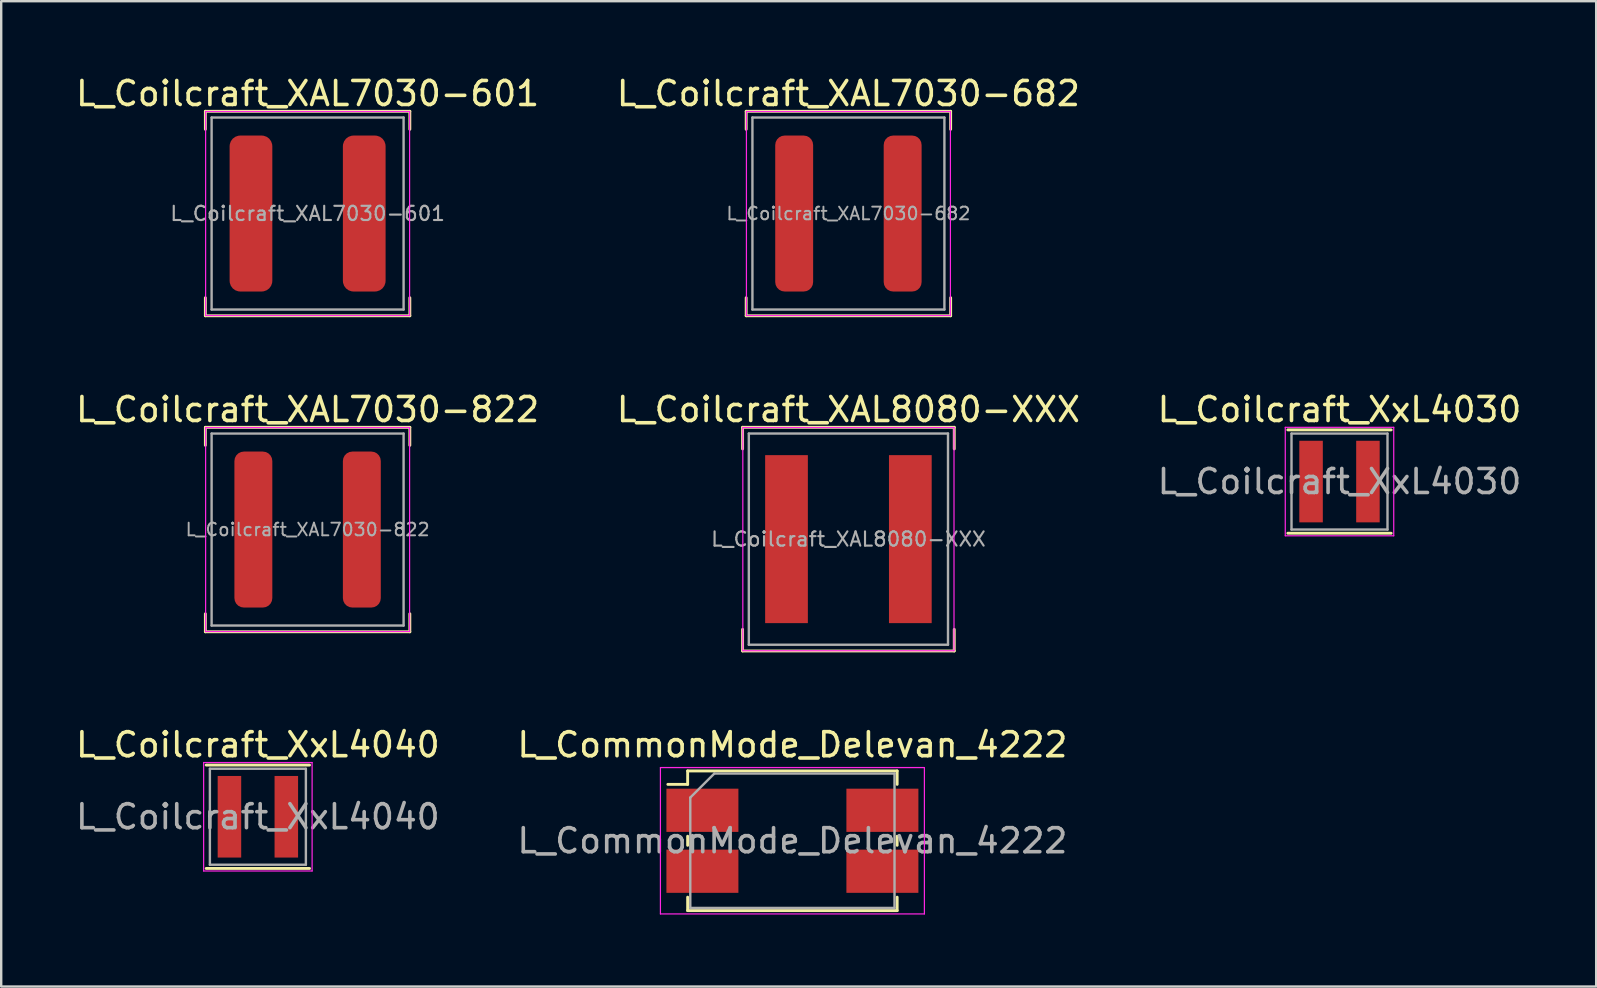
<source format=kicad_pcb>
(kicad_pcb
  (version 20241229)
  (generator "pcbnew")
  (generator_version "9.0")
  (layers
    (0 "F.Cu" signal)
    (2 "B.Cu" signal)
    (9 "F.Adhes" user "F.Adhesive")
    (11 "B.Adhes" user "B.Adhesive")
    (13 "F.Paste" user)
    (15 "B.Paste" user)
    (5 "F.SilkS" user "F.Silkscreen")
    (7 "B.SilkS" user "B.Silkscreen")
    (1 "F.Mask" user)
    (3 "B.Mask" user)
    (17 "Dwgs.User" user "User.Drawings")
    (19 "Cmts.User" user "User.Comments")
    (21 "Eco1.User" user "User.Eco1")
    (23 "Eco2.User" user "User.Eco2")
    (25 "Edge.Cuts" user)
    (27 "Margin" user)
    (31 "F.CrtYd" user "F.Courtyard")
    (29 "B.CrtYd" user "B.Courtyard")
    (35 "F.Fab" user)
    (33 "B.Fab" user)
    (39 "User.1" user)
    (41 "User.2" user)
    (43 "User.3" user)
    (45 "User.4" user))
  (footprint "L_CommonMode_Delevan_4222"
    (layer "F.Cu")
    (at 29.97 31.985)
    (property "Reference" "L_CommonMode_Delevan_4222" (at 0 -4 0) (layer "F.SilkS") (effects (font (size 1 1) (thickness 0.15))))
    (attr smd)
    (fp_line (start -5.19 -2.35) (end -4.365 -2.35) (stroke (width 0.12) (type solid)) (layer "F.SilkS"))
    (fp_line (start -4.365 -2.91) (end -4.365 -2.35) (stroke (width 0.12) (type solid)) (layer "F.SilkS"))
    (fp_line (start -4.365 -2.91) (end 4.365 -2.91) (stroke (width 0.12) (type solid)) (layer "F.SilkS"))
    (fp_line (start -4.365 -0.19) (end -4.365 0.19) (stroke (width 0.12) (type solid)) (layer "F.SilkS"))
    (fp_line (start -4.365 2.91) (end -4.365 2.35) (stroke (width 0.12) (type solid)) (layer "F.SilkS"))
    (fp_line (start 4.365 -2.91) (end 4.365 -2.35) (stroke (width 0.12) (type solid)) (layer "F.SilkS"))
    (fp_line (start 4.365 -0.19) (end 4.365 0.19) (stroke (width 0.12) (type solid)) (layer "F.SilkS"))
    (fp_line (start 4.365 2.91) (end -4.365 2.91) (stroke (width 0.12) (type solid)) (layer "F.SilkS"))
    (fp_line (start 4.365 2.91) (end 4.365 2.35) (stroke (width 0.12) (type solid)) (layer "F.SilkS"))
    (fp_line (start -5.5 -3.05) (end 5.5 -3.05) (stroke (width 0.05) (type solid)) (layer "F.CrtYd"))
    (fp_line (start -5.5 3.05) (end -5.5 -3.05) (stroke (width 0.05) (type solid)) (layer "F.CrtYd"))
    (fp_line (start 5.5 -3.05) (end 5.5 3.05) (stroke (width 0.05) (type solid)) (layer "F.CrtYd"))
    (fp_line (start 5.5 3.05) (end -5.5 3.05) (stroke (width 0.05) (type solid)) (layer "F.CrtYd"))
    (fp_line (start -4.255 -1.8) (end -4.255 2.8) (stroke (width 0.1) (type solid)) (layer "F.Fab"))
    (fp_line (start -4.255 -1.8) (end -3.255 -2.8) (stroke (width 0.1) (type solid)) (layer "F.Fab"))
    (fp_line (start -3.255 -2.8) (end 4.255 -2.8) (stroke (width 0.1) (type solid)) (layer "F.Fab"))
    (fp_line (start 4.255 -2.8) (end 4.255 2.8) (stroke (width 0.1) (type solid)) (layer "F.Fab"))
    (fp_line (start 4.255 2.8) (end -4.255 2.8) (stroke (width 0.1) (type solid)) (layer "F.Fab"))
    (fp_text user "${REFERENCE}" (at 0 0 0) (layer "F.Fab") (effects (font (size 1 1) (thickness 0.15))))
    (pad "1" smd rect (at -3.75 -1.27) (size 3 1.8) (layers "F.Cu" "F.Mask" "F.Paste"))
    (pad "2" smd rect (at -3.75 1.27) (size 3 1.8) (layers "F.Cu" "F.Mask" "F.Paste"))
    (pad "3" smd rect (at 3.75 1.27) (size 3 1.8) (layers "F.Cu" "F.Mask" "F.Paste"))
    (pad "4" smd rect (at 3.75 -1.27) (size 3 1.8) (layers "F.Cu" "F.Mask" "F.Paste")))
  (footprint "L_Coilcraft_XAL7030-822"
    (layer "F.Cu")
    (at 9.768 19.017)
    (property "Reference" "L_Coilcraft_XAL7030-822" (at 0 -5 0) (layer "F.SilkS") (effects (font (size 1 1) (thickness 0.15))))
    (attr smd)
    (fp_line (start -4.26 -4.26) (end -4.26 -3.51) (stroke (width 0.12) (type solid)) (layer "F.SilkS"))
    (fp_line (start -4.26 -4.26) (end 4.26 -4.26) (stroke (width 0.12) (type solid)) (layer "F.SilkS"))
    (fp_line (start -4.26 4.26) (end -4.26 3.51) (stroke (width 0.12) (type solid)) (layer "F.SilkS"))
    (fp_line (start -4.26 4.26) (end 4.26 4.26) (stroke (width 0.12) (type solid)) (layer "F.SilkS"))
    (fp_line (start 4.26 -4.26) (end 4.26 -3.51) (stroke (width 0.12) (type solid)) (layer "F.SilkS"))
    (fp_line (start 4.26 4.26) (end 4.26 3.51) (stroke (width 0.12) (type solid)) (layer "F.SilkS"))
    (fp_line (start -4.25 -4.25) (end -4.25 4.25) (stroke (width 0.05) (type solid)) (layer "F.CrtYd"))
    (fp_line (start -4.25 4.25) (end 4.25 4.25) (stroke (width 0.05) (type solid)) (layer "F.CrtYd"))
    (fp_line (start 4.25 -4.25) (end -4.25 -4.25) (stroke (width 0.05) (type solid)) (layer "F.CrtYd"))
    (fp_line (start 4.25 4.25) (end 4.25 -4.25) (stroke (width 0.05) (type solid)) (layer "F.CrtYd"))
    (fp_line (start -4 -4) (end -4 4) (stroke (width 0.1) (type solid)) (layer "F.Fab"))
    (fp_line (start -4 4) (end 4 4) (stroke (width 0.1) (type solid)) (layer "F.Fab"))
    (fp_line (start 4 -4) (end -4 -4) (stroke (width 0.1) (type solid)) (layer "F.Fab"))
    (fp_line (start 4 4) (end 4 -4) (stroke (width 0.1) (type solid)) (layer "F.Fab"))
    (fp_text user "${REFERENCE}" (at 0 0 0) (layer "F.Fab") (effects (font (size 0.527 0.527) (thickness 0.079))))
    (pad "1" smd roundrect (at -2.26 0) (size 1.58 6.5) (layers "F.Cu" "F.Mask" "F.Paste") (roundrect_rratio 0.25))
    (pad "2" smd roundrect (at 2.26 0) (size 1.58 6.5) (layers "F.Cu" "F.Mask" "F.Paste") (roundrect_rratio 0.25)))
  (footprint "L_Coilcraft_XAL7030-601"
    (layer "F.Cu")
    (at 9.768 5.848)
    (property "Reference" "L_Coilcraft_XAL7030-601" (at 0 -5 0) (layer "F.SilkS") (effects (font (size 1 1) (thickness 0.15))))
    (attr smd)
    (fp_line (start -4.26 -4.26) (end -4.26 -3.51) (stroke (width 0.12) (type solid)) (layer "F.SilkS"))
    (fp_line (start -4.26 -4.26) (end 4.26 -4.26) (stroke (width 0.12) (type solid)) (layer "F.SilkS"))
    (fp_line (start -4.26 4.26) (end -4.26 3.51) (stroke (width 0.12) (type solid)) (layer "F.SilkS"))
    (fp_line (start -4.26 4.26) (end 4.26 4.26) (stroke (width 0.12) (type solid)) (layer "F.SilkS"))
    (fp_line (start 4.26 -4.26) (end 4.26 -3.51) (stroke (width 0.12) (type solid)) (layer "F.SilkS"))
    (fp_line (start 4.26 4.26) (end 4.26 3.51) (stroke (width 0.12) (type solid)) (layer "F.SilkS"))
    (fp_line (start -4.25 -4.25) (end -4.25 4.25) (stroke (width 0.05) (type solid)) (layer "F.CrtYd"))
    (fp_line (start -4.25 4.25) (end 4.25 4.25) (stroke (width 0.05) (type solid)) (layer "F.CrtYd"))
    (fp_line (start 4.25 -4.25) (end -4.25 -4.25) (stroke (width 0.05) (type solid)) (layer "F.CrtYd"))
    (fp_line (start 4.25 4.25) (end 4.25 -4.25) (stroke (width 0.05) (type solid)) (layer "F.CrtYd"))
    (fp_line (start -4 -4) (end -4 4) (stroke (width 0.1) (type solid)) (layer "F.Fab"))
    (fp_line (start -4 4) (end 4 4) (stroke (width 0.1) (type solid)) (layer "F.Fab"))
    (fp_line (start 4 -4) (end -4 -4) (stroke (width 0.1) (type solid)) (layer "F.Fab"))
    (fp_line (start 4 4) (end 4 -4) (stroke (width 0.1) (type solid)) (layer "F.Fab"))
    (fp_text user "${REFERENCE}" (at 0 0 0) (layer "F.Fab") (effects (font (size 0.593 0.593) (thickness 0.089))))
    (pad "1" smd roundrect (at -2.36 0) (size 1.78 6.5) (layers "F.Cu" "F.Mask" "F.Paste") (roundrect_rratio 0.25))
    (pad "2" smd roundrect (at 2.36 0) (size 1.78 6.5) (layers "F.Cu" "F.Mask" "F.Paste") (roundrect_rratio 0.25)))
  (footprint "L_Coilcraft_XAL8080-XXX"
    (layer "F.Cu")
    (at 32.304 19.416)
    (property "Reference" "L_Coilcraft_XAL8080-XXX" (at 0 -5.4 0) (layer "F.SilkS") (effects (font (size 1 1) (thickness 0.15))))
    (attr smd)
    (fp_line (start -4.41 -4.66) (end -4.41 -3.76) (stroke (width 0.12) (type solid)) (layer "F.SilkS"))
    (fp_line (start -4.41 -4.66) (end 4.41 -4.66) (stroke (width 0.12) (type solid)) (layer "F.SilkS"))
    (fp_line (start -4.41 4.66) (end -4.41 3.76) (stroke (width 0.12) (type solid)) (layer "F.SilkS"))
    (fp_line (start -4.41 4.66) (end 4.41 4.66) (stroke (width 0.12) (type solid)) (layer "F.SilkS"))
    (fp_line (start 4.41 -4.66) (end 4.41 -3.76) (stroke (width 0.12) (type solid)) (layer "F.SilkS"))
    (fp_line (start 4.41 4.66) (end 4.41 3.76) (stroke (width 0.12) (type solid)) (layer "F.SilkS"))
    (fp_line (start -4.4 -4.65) (end -4.4 4.65) (stroke (width 0.05) (type solid)) (layer "F.CrtYd"))
    (fp_line (start -4.4 4.65) (end 4.4 4.65) (stroke (width 0.05) (type solid)) (layer "F.CrtYd"))
    (fp_line (start 4.4 -4.65) (end -4.4 -4.65) (stroke (width 0.05) (type solid)) (layer "F.CrtYd"))
    (fp_line (start 4.4 4.65) (end 4.4 -4.65) (stroke (width 0.05) (type solid)) (layer "F.CrtYd"))
    (fp_line (start -4.15 -4.4) (end -4.15 4.4) (stroke (width 0.1) (type solid)) (layer "F.Fab"))
    (fp_line (start -4.15 4.4) (end 4.15 4.4) (stroke (width 0.1) (type solid)) (layer "F.Fab"))
    (fp_line (start 4.15 -4.4) (end -4.15 -4.4) (stroke (width 0.1) (type solid)) (layer "F.Fab"))
    (fp_line (start 4.15 4.4) (end 4.15 -4.4) (stroke (width 0.1) (type solid)) (layer "F.Fab"))
    (fp_text user "${REFERENCE}" (at 0 0 0) (layer "F.Fab") (effects (font (size 0.593 0.593) (thickness 0.089))))
    (pad "1" smd rect (at -2.58 0) (size 1.78 7) (layers "F.Cu" "F.Mask" "F.Paste"))
    (pad "2" smd rect (at 2.58 0) (size 1.78 7) (layers "F.Cu" "F.Mask" "F.Paste")))
  (footprint "L_Coilcraft_XxL4030"
    (layer "F.Cu")
    (at 52.768 17.017)
    (property "Reference" "L_Coilcraft_XxL4030" (at 0 -3 0) (layer "F.SilkS") (effects (font (size 1 1) (thickness 0.15))))
    (attr smd)
    (fp_line (start -2.154 -2.154) (end 2.154 -2.154) (stroke (width 0.12) (type solid)) (layer "F.SilkS"))
    (fp_line (start 2.154 2.154) (end -2.154 2.154) (stroke (width 0.12) (type solid)) (layer "F.SilkS"))
    (fp_line (start -2.26 -2.26) (end 2.26 -2.26) (stroke (width 0.05) (type solid)) (layer "F.CrtYd"))
    (fp_line (start -2.26 2.26) (end -2.26 -2.26) (stroke (width 0.05) (type solid)) (layer "F.CrtYd"))
    (fp_line (start 2.26 -2.26) (end 2.26 2.26) (stroke (width 0.05) (type solid)) (layer "F.CrtYd"))
    (fp_line (start 2.26 2.26) (end -2.26 2.26) (stroke (width 0.05) (type solid)) (layer "F.CrtYd"))
    (fp_line (start -2 -2) (end 2 -2) (stroke (width 0.1) (type solid)) (layer "F.Fab"))
    (fp_line (start -2 2) (end -2 -2) (stroke (width 0.1) (type solid)) (layer "F.Fab"))
    (fp_line (start 2 -2) (end 2 2) (stroke (width 0.1) (type solid)) (layer "F.Fab"))
    (fp_line (start 2 2) (end -2 2) (stroke (width 0.1) (type solid)) (layer "F.Fab"))
    (fp_text user "${REFERENCE}" (at 0 0 0) (layer "F.Fab") (effects (font (size 1 1) (thickness 0.15))))
    (pad "1" smd rect (at -1.185 0) (size 0.98 3.4) (layers "F.Cu" "F.Mask" "F.Paste"))
    (pad "2" smd rect (at 1.185 0) (size 0.98 3.4) (layers "F.Cu" "F.Mask" "F.Paste")))
  (footprint "L_Coilcraft_XxL4040"
    (layer "F.Cu")
    (at 7.696 30.985)
    (property "Reference" "L_Coilcraft_XxL4040" (at 0 -3 0) (layer "F.SilkS") (effects (font (size 1 1) (thickness 0.15))))
    (attr smd)
    (fp_line (start -2.154 -2.154) (end 2.154 -2.154) (stroke (width 0.12) (type solid)) (layer "F.SilkS"))
    (fp_line (start 2.154 2.154) (end -2.154 2.154) (stroke (width 0.12) (type solid)) (layer "F.SilkS"))
    (fp_line (start -2.26 -2.26) (end 2.26 -2.26) (stroke (width 0.05) (type solid)) (layer "F.CrtYd"))
    (fp_line (start -2.26 2.26) (end -2.26 -2.26) (stroke (width 0.05) (type solid)) (layer "F.CrtYd"))
    (fp_line (start 2.26 -2.26) (end 2.26 2.26) (stroke (width 0.05) (type solid)) (layer "F.CrtYd"))
    (fp_line (start 2.26 2.26) (end -2.26 2.26) (stroke (width 0.05) (type solid)) (layer "F.CrtYd"))
    (fp_line (start -2 -2) (end 2 -2) (stroke (width 0.1) (type solid)) (layer "F.Fab"))
    (fp_line (start -2 2) (end -2 -2) (stroke (width 0.1) (type solid)) (layer "F.Fab"))
    (fp_line (start 2 -2) (end 2 2) (stroke (width 0.1) (type solid)) (layer "F.Fab"))
    (fp_line (start 2 2) (end -2 2) (stroke (width 0.1) (type solid)) (layer "F.Fab"))
    (fp_text user "${REFERENCE}" (at 0 0 0) (layer "F.Fab") (effects (font (size 1 1) (thickness 0.15))))
    (pad "1" smd rect (at -1.185 0) (size 0.98 3.4) (layers "F.Cu" "F.Mask" "F.Paste"))
    (pad "2" smd rect (at 1.185 0) (size 0.98 3.4) (layers "F.Cu" "F.Mask" "F.Paste")))
  (footprint "L_Coilcraft_XAL7030-682"
    (layer "F.Cu")
    (at 32.304 5.848)
    (property "Reference" "L_Coilcraft_XAL7030-682" (at 0 -5 0) (layer "F.SilkS") (effects (font (size 1 1) (thickness 0.15))))
    (attr smd)
    (fp_line (start -4.26 -4.26) (end -4.26 -3.51) (stroke (width 0.12) (type solid)) (layer "F.SilkS"))
    (fp_line (start -4.26 -4.26) (end 4.26 -4.26) (stroke (width 0.12) (type solid)) (layer "F.SilkS"))
    (fp_line (start -4.26 4.26) (end -4.26 3.51) (stroke (width 0.12) (type solid)) (layer "F.SilkS"))
    (fp_line (start -4.26 4.26) (end 4.26 4.26) (stroke (width 0.12) (type solid)) (layer "F.SilkS"))
    (fp_line (start 4.26 -4.26) (end 4.26 -3.51) (stroke (width 0.12) (type solid)) (layer "F.SilkS"))
    (fp_line (start 4.26 4.26) (end 4.26 3.51) (stroke (width 0.12) (type solid)) (layer "F.SilkS"))
    (fp_line (start -4.25 -4.25) (end -4.25 4.25) (stroke (width 0.05) (type solid)) (layer "F.CrtYd"))
    (fp_line (start -4.25 4.25) (end 4.25 4.25) (stroke (width 0.05) (type solid)) (layer "F.CrtYd"))
    (fp_line (start 4.25 -4.25) (end -4.25 -4.25) (stroke (width 0.05) (type solid)) (layer "F.CrtYd"))
    (fp_line (start 4.25 4.25) (end 4.25 -4.25) (stroke (width 0.05) (type solid)) (layer "F.CrtYd"))
    (fp_line (start -4 -4) (end -4 4) (stroke (width 0.1) (type solid)) (layer "F.Fab"))
    (fp_line (start -4 4) (end 4 4) (stroke (width 0.1) (type solid)) (layer "F.Fab"))
    (fp_line (start 4 -4) (end -4 -4) (stroke (width 0.1) (type solid)) (layer "F.Fab"))
    (fp_line (start 4 4) (end 4 -4) (stroke (width 0.1) (type solid)) (layer "F.Fab"))
    (fp_text user "${REFERENCE}" (at 0 0 0) (layer "F.Fab") (effects (font (size 0.527 0.527) (thickness 0.079))))
    (pad "1" smd roundrect (at -2.26 0) (size 1.58 6.5) (layers "F.Cu" "F.Mask" "F.Paste") (roundrect_rratio 0.25))
    (pad "2" smd roundrect (at 2.26 0) (size 1.58 6.5) (layers "F.Cu" "F.Mask" "F.Paste") (roundrect_rratio 0.25)))
  (gr_rect
    (start -3 -3)
    (end 63.464 38.06)
    (stroke (width 0.1) (type default))
    (fill no)
    (layer "Edge.Cuts")))
</source>
